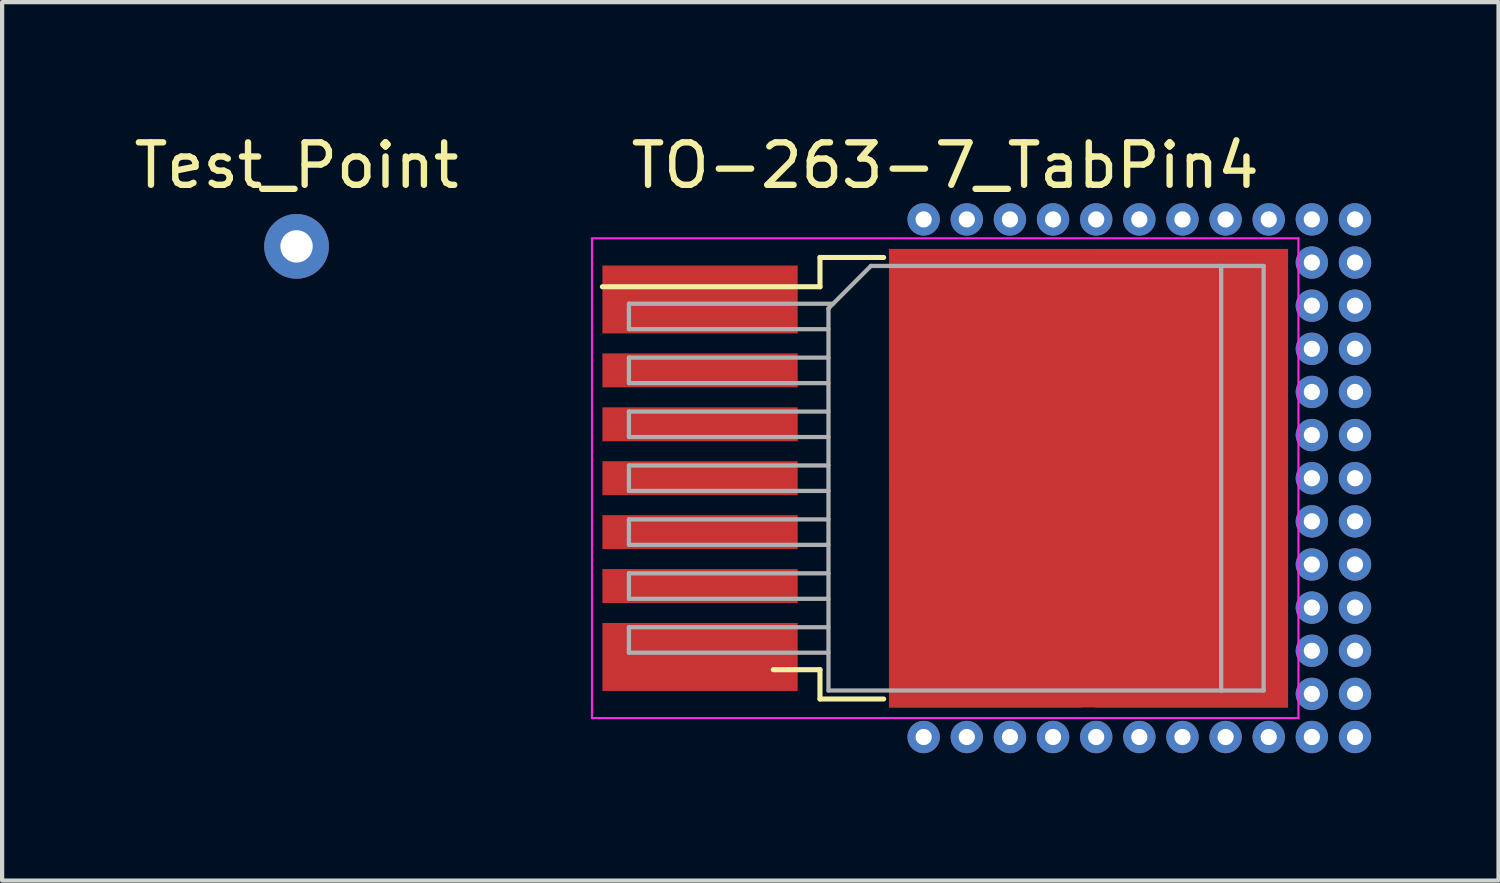
<source format=kicad_pcb>
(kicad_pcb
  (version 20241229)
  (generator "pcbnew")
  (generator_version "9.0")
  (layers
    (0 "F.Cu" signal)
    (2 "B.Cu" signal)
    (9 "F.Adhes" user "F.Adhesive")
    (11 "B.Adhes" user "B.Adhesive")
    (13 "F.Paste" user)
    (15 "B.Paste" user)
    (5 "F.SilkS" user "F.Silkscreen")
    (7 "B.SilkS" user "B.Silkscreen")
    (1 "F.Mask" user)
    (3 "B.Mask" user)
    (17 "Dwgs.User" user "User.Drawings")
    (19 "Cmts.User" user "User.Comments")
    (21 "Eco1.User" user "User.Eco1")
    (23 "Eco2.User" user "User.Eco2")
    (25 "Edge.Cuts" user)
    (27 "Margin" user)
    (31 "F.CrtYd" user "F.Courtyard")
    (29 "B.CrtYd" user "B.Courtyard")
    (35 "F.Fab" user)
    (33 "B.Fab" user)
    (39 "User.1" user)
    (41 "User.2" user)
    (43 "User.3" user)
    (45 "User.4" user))
  (footprint "Test_Point"
    (layer "F.Cu")
    (at 3.935 2.753)
    (property "Reference" "Test_Point" (at 0 -1.905 0) (layer "F.SilkS") (effects (font (size 1 1) (thickness 0.15))))
    (attr through_hole)
    (pad "1" thru_hole circle (at 0 0) (size 1.524 1.524) (drill 0.762) (layers "*.Cu" "*.Mask")))
  (footprint "TO-263-7_TabPin4"
    (layer "F.Cu")
    (at 19.214 8.214)
    (property "Reference" "TO-263-7_TabPin4" (at 0 -7.366 0) (layer "F.SilkS") (effects (font (size 1 1) (thickness 0.15))))
    (attr smd)
    (fp_line (start -2.95 -5.2) (end -2.95 -4.51) (stroke (width 0.12) (type solid)) (layer "F.SilkS"))
    (fp_line (start -2.95 -4.51) (end -8.075 -4.51) (stroke (width 0.12) (type solid)) (layer "F.SilkS"))
    (fp_line (start -2.95 4.51) (end -4.05 4.51) (stroke (width 0.12) (type solid)) (layer "F.SilkS"))
    (fp_line (start -2.95 5.2) (end -2.95 4.51) (stroke (width 0.12) (type solid)) (layer "F.SilkS"))
    (fp_line (start -1.45 -5.2) (end -2.95 -5.2) (stroke (width 0.12) (type solid)) (layer "F.SilkS"))
    (fp_line (start -1.45 5.2) (end -2.95 5.2) (stroke (width 0.12) (type solid)) (layer "F.SilkS"))
    (fp_line (start -8.32 -5.65) (end -8.32 5.65) (stroke (width 0.05) (type solid)) (layer "F.CrtYd"))
    (fp_line (start -8.32 5.65) (end 8.32 5.65) (stroke (width 0.05) (type solid)) (layer "F.CrtYd"))
    (fp_line (start 8.32 -5.65) (end -8.32 -5.65) (stroke (width 0.05) (type solid)) (layer "F.CrtYd"))
    (fp_line (start 8.32 5.65) (end 8.32 -5.65) (stroke (width 0.05) (type solid)) (layer "F.CrtYd"))
    (fp_line (start -7.45 -4.11) (end -7.45 -3.51) (stroke (width 0.1) (type solid)) (layer "F.Fab"))
    (fp_line (start -7.45 -3.51) (end -2.75 -3.51) (stroke (width 0.1) (type solid)) (layer "F.Fab"))
    (fp_line (start -7.45 -2.84) (end -7.45 -2.24) (stroke (width 0.1) (type solid)) (layer "F.Fab"))
    (fp_line (start -7.45 -2.24) (end -2.75 -2.24) (stroke (width 0.1) (type solid)) (layer "F.Fab"))
    (fp_line (start -7.45 -1.57) (end -7.45 -0.97) (stroke (width 0.1) (type solid)) (layer "F.Fab"))
    (fp_line (start -7.45 -0.97) (end -2.75 -0.97) (stroke (width 0.1) (type solid)) (layer "F.Fab"))
    (fp_line (start -7.45 -0.3) (end -7.45 0.3) (stroke (width 0.1) (type solid)) (layer "F.Fab"))
    (fp_line (start -7.45 0.3) (end -2.75 0.3) (stroke (width 0.1) (type solid)) (layer "F.Fab"))
    (fp_line (start -7.45 0.97) (end -7.45 1.57) (stroke (width 0.1) (type solid)) (layer "F.Fab"))
    (fp_line (start -7.45 1.57) (end -2.75 1.57) (stroke (width 0.1) (type solid)) (layer "F.Fab"))
    (fp_line (start -7.45 2.24) (end -7.45 2.84) (stroke (width 0.1) (type solid)) (layer "F.Fab"))
    (fp_line (start -7.45 2.84) (end -2.75 2.84) (stroke (width 0.1) (type solid)) (layer "F.Fab"))
    (fp_line (start -7.45 3.51) (end -7.45 4.11) (stroke (width 0.1) (type solid)) (layer "F.Fab"))
    (fp_line (start -7.45 4.11) (end -2.75 4.11) (stroke (width 0.1) (type solid)) (layer "F.Fab"))
    (fp_line (start -2.75 -4) (end -1.75 -5) (stroke (width 0.1) (type solid)) (layer "F.Fab"))
    (fp_line (start -2.75 -2.84) (end -7.45 -2.84) (stroke (width 0.1) (type solid)) (layer "F.Fab"))
    (fp_line (start -2.75 -1.57) (end -7.45 -1.57) (stroke (width 0.1) (type solid)) (layer "F.Fab"))
    (fp_line (start -2.75 -0.3) (end -7.45 -0.3) (stroke (width 0.1) (type solid)) (layer "F.Fab"))
    (fp_line (start -2.75 0.97) (end -7.45 0.97) (stroke (width 0.1) (type solid)) (layer "F.Fab"))
    (fp_line (start -2.75 2.24) (end -7.45 2.24) (stroke (width 0.1) (type solid)) (layer "F.Fab"))
    (fp_line (start -2.75 3.51) (end -7.45 3.51) (stroke (width 0.1) (type solid)) (layer "F.Fab"))
    (fp_line (start -2.75 5) (end -2.75 -4) (stroke (width 0.1) (type solid)) (layer "F.Fab"))
    (fp_line (start -2.64 -4.11) (end -7.45 -4.11) (stroke (width 0.1) (type solid)) (layer "F.Fab"))
    (fp_line (start -1.75 -5) (end 6.5 -5) (stroke (width 0.1) (type solid)) (layer "F.Fab"))
    (fp_line (start 6.5 -5) (end 6.5 5) (stroke (width 0.1) (type solid)) (layer "F.Fab"))
    (fp_line (start 6.5 -5) (end 7.5 -5) (stroke (width 0.1) (type solid)) (layer "F.Fab"))
    (fp_line (start 6.5 5) (end -2.75 5) (stroke (width 0.1) (type solid)) (layer "F.Fab"))
    (fp_line (start 7.5 -5) (end 7.5 5) (stroke (width 0.1) (type solid)) (layer "F.Fab"))
    (fp_line (start 7.5 5) (end 6.5 5) (stroke (width 0.1) (type solid)) (layer "F.Fab"))
    (pad "1" smd rect (at -5.775 -4.21) (size 4.6 1.6) (layers "F.Cu" "F.Mask" "F.Paste"))
    (pad "2" smd rect (at -5.775 -2.54) (size 4.6 0.8) (layers "F.Cu" "F.Mask" "F.Paste"))
    (pad "3" smd rect (at -5.775 -1.27) (size 4.6 0.8) (layers "F.Cu" "F.Mask" "F.Paste"))
    (pad "4" smd rect (at -5.775 0) (size 4.6 0.8) (layers "F.Cu" "F.Mask" "F.Paste"))
    (pad "4" thru_hole circle (at -0.508 -6.096) (size 0.762 0.762) (drill 0.381) (layers "*.Cu"))
    (pad "4" thru_hole circle (at -0.508 6.096) (size 0.762 0.762) (drill 0.381) (layers "*.Cu"))
    (pad "4" thru_hole circle (at 0.508 -6.096) (size 0.762 0.762) (drill 0.381) (layers "*.Cu"))
    (pad "4" thru_hole circle (at 0.508 6.096) (size 0.762 0.762) (drill 0.381) (layers "*.Cu"))
    (pad "4" smd rect (at 0.95 -2.775) (size 4.55 5.25) (layers "F.Cu" "F.Paste"))
    (pad "4" smd rect (at 0.95 2.775) (size 4.55 5.25) (layers "F.Cu" "F.Paste"))
    (pad "4" thru_hole circle (at 1.524 -6.096) (size 0.762 0.762) (drill 0.381) (layers "*.Cu"))
    (pad "4" thru_hole circle (at 1.524 6.096) (size 0.762 0.762) (drill 0.381) (layers "*.Cu"))
    (pad "4" thru_hole circle (at 2.54 -6.096) (size 0.762 0.762) (drill 0.381) (layers "*.Cu"))
    (pad "4" thru_hole circle (at 2.54 6.096) (size 0.762 0.762) (drill 0.381) (layers "*.Cu"))
    (pad "4" smd rect (at 3.375 0) (size 9.4 10.8) (layers "F.Cu" "F.Mask"))
    (pad "4" thru_hole circle (at 3.556 -6.096) (size 0.762 0.762) (drill 0.381) (layers "*.Cu"))
    (pad "4" thru_hole circle (at 3.556 6.096) (size 0.762 0.762) (drill 0.381) (layers "*.Cu"))
    (pad "4" thru_hole circle (at 4.572 -6.096) (size 0.762 0.762) (drill 0.381) (layers "*.Cu"))
    (pad "4" thru_hole circle (at 4.572 6.096) (size 0.762 0.762) (drill 0.381) (layers "*.Cu"))
    (pad "4" thru_hole circle (at 5.588 -6.096) (size 0.762 0.762) (drill 0.381) (layers "*.Cu"))
    (pad "4" thru_hole circle (at 5.588 6.096) (size 0.762 0.762) (drill 0.381) (layers "*.Cu"))
    (pad "4" smd rect (at 5.8 -2.775) (size 4.55 5.25) (layers "F.Cu" "F.Paste"))
    (pad "4" smd rect (at 5.8 2.775) (size 4.55 5.25) (layers "F.Cu" "F.Paste"))
    (pad "4" thru_hole circle (at 6.604 -6.096) (size 0.762 0.762) (drill 0.381) (layers "*.Cu"))
    (pad "4" thru_hole circle (at 6.604 6.096) (size 0.762 0.762) (drill 0.381) (layers "*.Cu"))
    (pad "4" thru_hole circle (at 7.62 -6.096) (size 0.762 0.762) (drill 0.381) (layers "*.Cu"))
    (pad "4" thru_hole circle (at 7.62 6.096) (size 0.762 0.762) (drill 0.381) (layers "*.Cu"))
    (pad "4" thru_hole circle (at 8.636 -6.096) (size 0.762 0.762) (drill 0.381) (layers "*.Cu"))
    (pad "4" thru_hole circle (at 8.636 -5.08) (size 0.762 0.762) (drill 0.381) (layers "*.Cu"))
    (pad "4" thru_hole circle (at 8.636 -4.064) (size 0.762 0.762) (drill 0.381) (layers "*.Cu"))
    (pad "4" thru_hole circle (at 8.636 -3.048) (size 0.762 0.762) (drill 0.381) (layers "*.Cu"))
    (pad "4" thru_hole circle (at 8.636 -2.032) (size 0.762 0.762) (drill 0.381) (layers "*.Cu"))
    (pad "4" thru_hole circle (at 8.636 -1.016) (size 0.762 0.762) (drill 0.381) (layers "*.Cu"))
    (pad "4" thru_hole circle (at 8.636 0) (size 0.762 0.762) (drill 0.381) (layers "*.Cu"))
    (pad "4" thru_hole circle (at 8.636 1.016) (size 0.762 0.762) (drill 0.381) (layers "*.Cu"))
    (pad "4" thru_hole circle (at 8.636 2.032) (size 0.762 0.762) (drill 0.381) (layers "*.Cu"))
    (pad "4" thru_hole circle (at 8.636 3.048) (size 0.762 0.762) (drill 0.381) (layers "*.Cu"))
    (pad "4" thru_hole circle (at 8.636 4.064) (size 0.762 0.762) (drill 0.381) (layers "*.Cu"))
    (pad "4" thru_hole circle (at 8.636 5.08) (size 0.762 0.762) (drill 0.381) (layers "*.Cu"))
    (pad "4" thru_hole circle (at 8.636 6.096) (size 0.762 0.762) (drill 0.381) (layers "*.Cu"))
    (pad "4" thru_hole circle (at 9.652 -6.096) (size 0.762 0.762) (drill 0.381) (layers "*.Cu"))
    (pad "4" thru_hole circle (at 9.652 -5.08) (size 0.762 0.762) (drill 0.381) (layers "*.Cu"))
    (pad "4" thru_hole circle (at 9.652 -4.064) (size 0.762 0.762) (drill 0.381) (layers "*.Cu"))
    (pad "4" thru_hole circle (at 9.652 -3.048) (size 0.762 0.762) (drill 0.381) (layers "*.Cu"))
    (pad "4" thru_hole circle (at 9.652 -2.032) (size 0.762 0.762) (drill 0.381) (layers "*.Cu"))
    (pad "4" thru_hole circle (at 9.652 -1.016) (size 0.762 0.762) (drill 0.381) (layers "*.Cu"))
    (pad "4" thru_hole circle (at 9.652 0) (size 0.762 0.762) (drill 0.381) (layers "*.Cu"))
    (pad "4" thru_hole circle (at 9.652 1.016) (size 0.762 0.762) (drill 0.381) (layers "*.Cu"))
    (pad "4" thru_hole circle (at 9.652 2.032) (size 0.762 0.762) (drill 0.381) (layers "*.Cu"))
    (pad "4" thru_hole circle (at 9.652 3.048) (size 0.762 0.762) (drill 0.381) (layers "*.Cu"))
    (pad "4" thru_hole circle (at 9.652 4.064) (size 0.762 0.762) (drill 0.381) (layers "*.Cu"))
    (pad "4" thru_hole circle (at 9.652 5.08) (size 0.762 0.762) (drill 0.381) (layers "*.Cu"))
    (pad "4" thru_hole circle (at 9.652 6.096) (size 0.762 0.762) (drill 0.381) (layers "*.Cu"))
    (pad "5" smd rect (at -5.775 1.27) (size 4.6 0.8) (layers "F.Cu" "F.Mask" "F.Paste"))
    (pad "6" smd rect (at -5.775 2.54) (size 4.6 0.8) (layers "F.Cu" "F.Mask" "F.Paste"))
    (pad "7" smd rect (at -5.775 4.21) (size 4.6 1.6) (layers "F.Cu" "F.Mask" "F.Paste")))
  (gr_rect
    (start -3 -3)
    (end 32.247 17.691)
    (stroke (width 0.1) (type default))
    (fill no)
    (layer "Edge.Cuts")))
</source>
